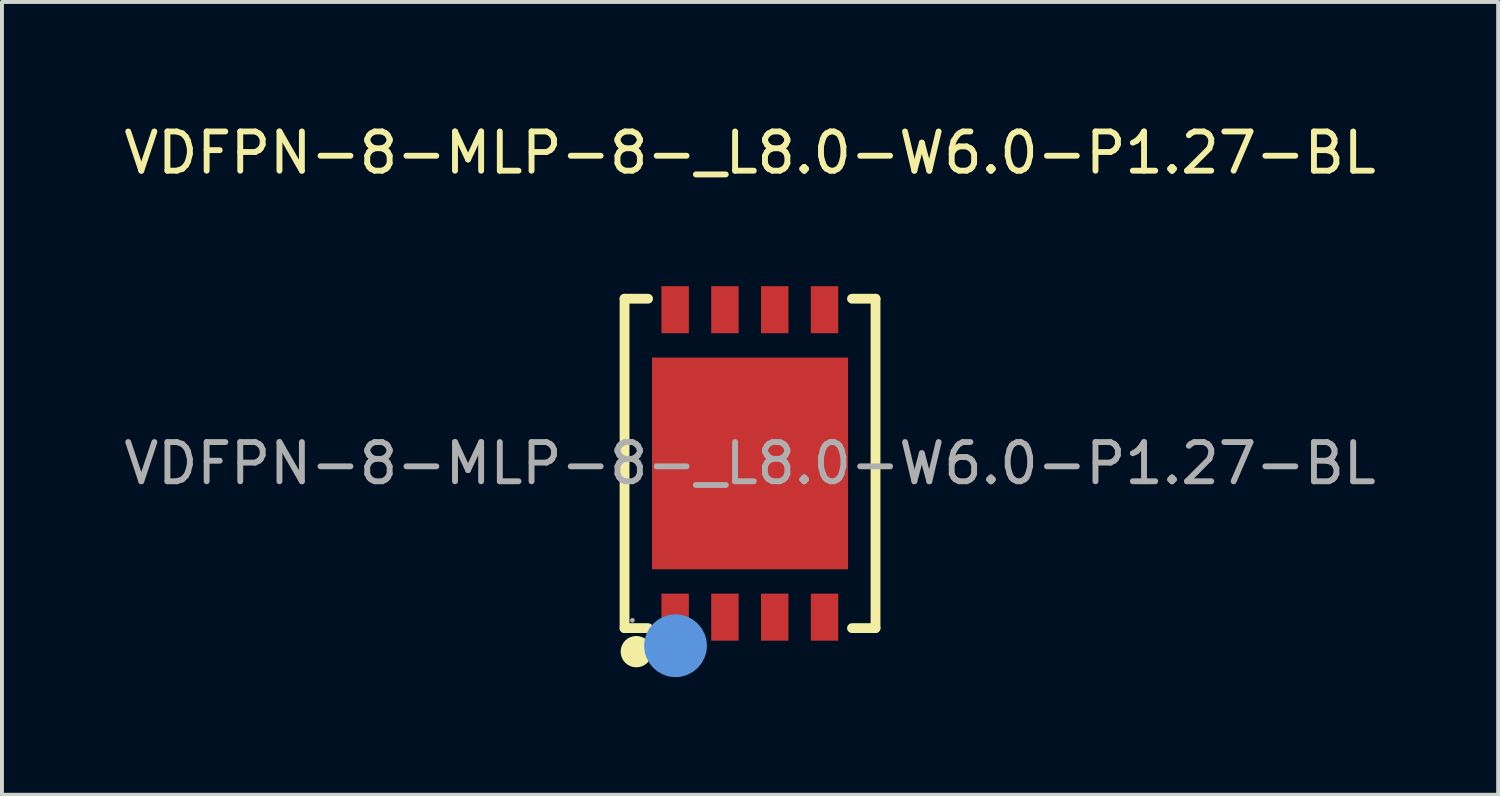
<source format=kicad_pcb>
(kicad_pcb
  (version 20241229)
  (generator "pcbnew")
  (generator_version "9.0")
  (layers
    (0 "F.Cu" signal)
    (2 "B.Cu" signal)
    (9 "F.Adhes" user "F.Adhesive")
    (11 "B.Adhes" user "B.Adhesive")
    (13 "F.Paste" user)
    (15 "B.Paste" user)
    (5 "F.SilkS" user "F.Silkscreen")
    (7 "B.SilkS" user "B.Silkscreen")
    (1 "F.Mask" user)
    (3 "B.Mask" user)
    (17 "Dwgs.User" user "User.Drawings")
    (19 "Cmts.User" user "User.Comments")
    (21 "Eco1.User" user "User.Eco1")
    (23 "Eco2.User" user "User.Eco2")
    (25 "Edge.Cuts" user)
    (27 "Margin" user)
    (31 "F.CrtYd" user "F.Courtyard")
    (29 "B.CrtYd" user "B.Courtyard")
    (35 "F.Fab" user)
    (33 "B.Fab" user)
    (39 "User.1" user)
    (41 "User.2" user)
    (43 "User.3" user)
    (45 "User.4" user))
  (footprint "VDFPN-8-MLP-8-_L8.0-W6.0-P1.27-BL"
    (layer "F.Cu")
    (at 16.077 8.768)
    (property "Reference" "VDFPN-8-MLP-8-_L8.0-W6.0-P1.27-BL" (at 0 -7.92 0) (layer "F.SilkS") (effects (font (size 1 1) (thickness 0.15))))
    (attr through_hole)
    (fp_line (start -3.2 -4.2) (end -2.6 -4.2) (stroke (width 0.25) (type solid)) (layer "F.SilkS"))
    (fp_line (start -3.2 4.2) (end -3.2 -4.2) (stroke (width 0.25) (type solid)) (layer "F.SilkS"))
    (fp_line (start -2.6 4.2) (end -3.2 4.2) (stroke (width 0.25) (type solid)) (layer "F.SilkS"))
    (fp_line (start 2.6 -4.2) (end 3.2 -4.2) (stroke (width 0.25) (type solid)) (layer "F.SilkS"))
    (fp_line (start 3.2 -4.2) (end 3.2 4.2) (stroke (width 0.25) (type solid)) (layer "F.SilkS"))
    (fp_line (start 3.2 4.2) (end 2.6 4.2) (stroke (width 0.25) (type solid)) (layer "F.SilkS"))
    (fp_arc (start -2.9 4.8) (mid -2.9 4.8) (end -2.9 4.8) (stroke (width 0.4) (type solid)) (layer "F.SilkS"))
    (fp_circle (center -1.9 4.65) (end -1.5 4.65) (stroke (width 0.8) (type solid)) (fill no) (layer "Cmts.User"))
    (fp_circle (center -3 4) (end -2.97 4) (stroke (width 0.06) (type solid)) (fill no) (layer "F.Fab"))
    (fp_text user "${REFERENCE}" (at 0 0 0) (layer "F.Fab") (effects (font (size 1 1) (thickness 0.15))))
    (pad "1" smd rect (at -1.91 3.92 90) (size 1.2 0.7) (layers "F.Cu" "F.Mask" "F.Paste"))
    (pad "2" smd rect (at -0.64 3.92 90) (size 1.2 0.7) (layers "F.Cu" "F.Mask" "F.Paste"))
    (pad "3" smd rect (at 0.63 3.92 90) (size 1.2 0.7) (layers "F.Cu" "F.Mask" "F.Paste"))
    (pad "4" smd rect (at 1.9 3.92 90) (size 1.2 0.7) (layers "F.Cu" "F.Mask" "F.Paste"))
    (pad "5" smd rect (at 1.9 -3.92 90) (size 1.2 0.7) (layers "F.Cu" "F.Mask" "F.Paste"))
    (pad "6" smd rect (at 0.63 -3.92 90) (size 1.2 0.7) (layers "F.Cu" "F.Mask" "F.Paste"))
    (pad "7" smd rect (at -0.64 -3.92 90) (size 1.2 0.7) (layers "F.Cu" "F.Mask" "F.Paste"))
    (pad "8" smd rect (at -1.91 -3.92 90) (size 1.2 0.7) (layers "F.Cu" "F.Mask" "F.Paste"))
    (pad "9" smd rect (at 0 0 90) (size 5.4 5) (layers "F.Cu" "F.Mask" "F.Paste")))
  (gr_rect
    (start -3 -3)
    (end 35.155 17.218)
    (stroke (width 0.1) (type default))
    (fill no)
    (layer "Edge.Cuts")))
</source>
